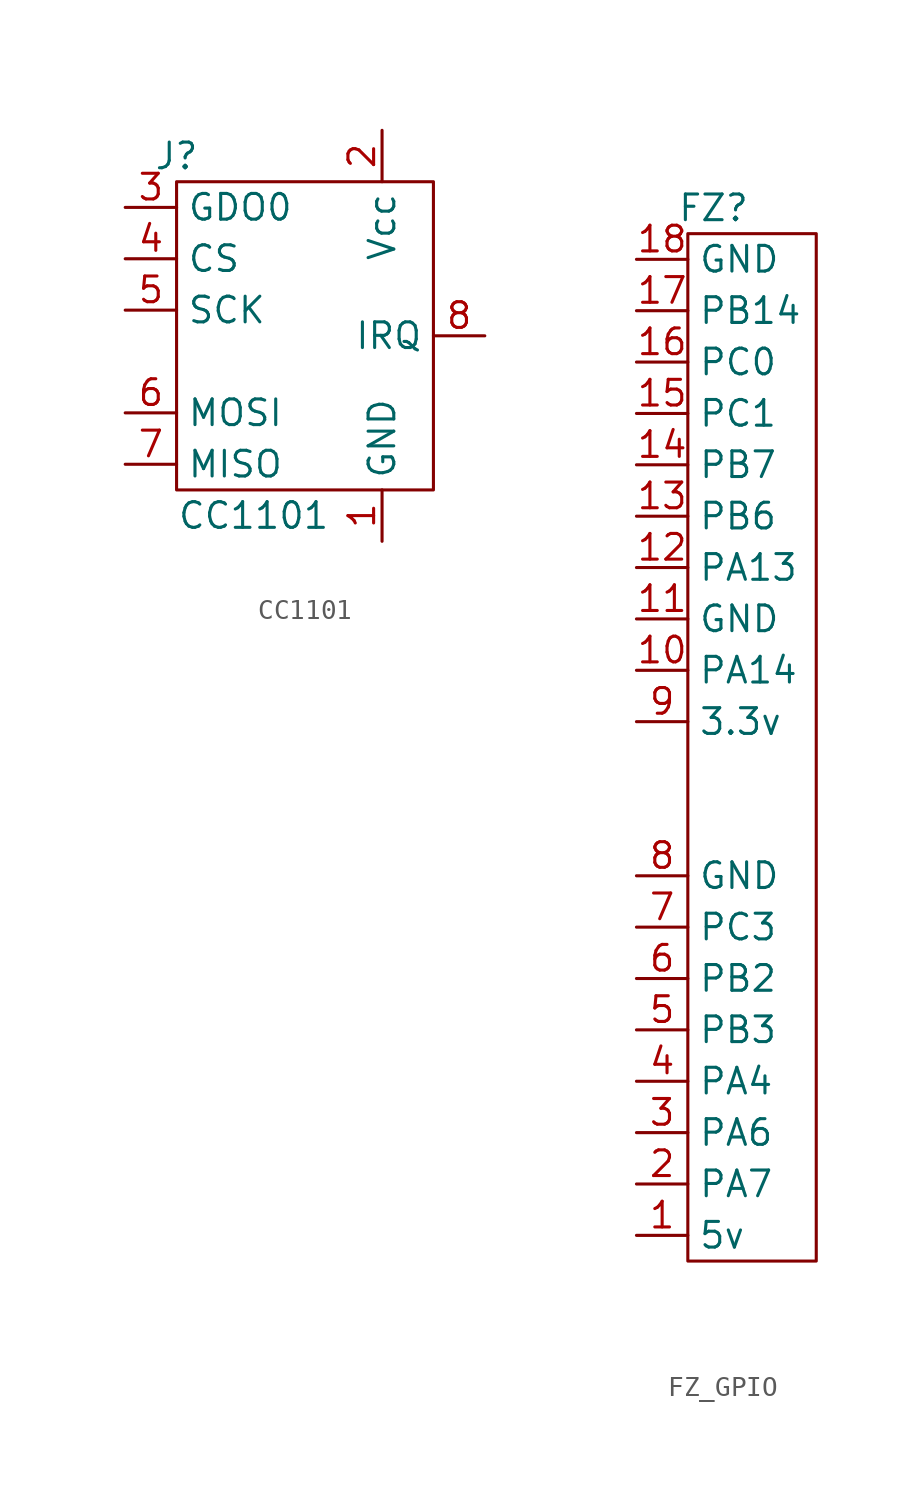
<source format=kicad_sym>
(kicad_symbol_lib
  (version 20220914)
  (generator kicad_symbol_editor)
  (symbol "CC1101"
    (property "Reference" "J"
      (at -6.35 8.89 0)
      (effects (font (size 1.27 1.27))))
    (property "Value" "CC1101"
      (at -2.54 -8.89 0)
      (effects (font (size 1.27 1.27))))
    (symbol "CC1101_0_1"
      (rectangle (start -6.35 7.62) (end 6.35 -7.62) (stroke (width 0) (type default)) (fill (type none))))
    (symbol "CC1101_1_1"
      (pin output line (at 3.81 -10.16 90) (length 2.54) (name "GND" (effects (font (size 1.27 1.27)))) (number "1" (effects (font (size 1.27 1.27)))))
      (pin input line (at 3.81 10.16 270) (length 2.54) (name "Vcc" (effects (font (size 1.27 1.27)))) (number "2" (effects (font (size 1.27 1.27)))))
      (pin input line (at -8.89 6.35 0) (length 2.54) (name "GDO0" (effects (font (size 1.27 1.27)))) (number "3" (effects (font (size 1.27 1.27)))))
      (pin input line (at -8.89 3.81 0) (length 2.54) (name "CS" (effects (font (size 1.27 1.27)))) (number "4" (effects (font (size 1.27 1.27)))))
      (pin input line (at -8.89 1.27 0) (length 2.54) (name "SCK" (effects (font (size 1.27 1.27)))) (number "5" (effects (font (size 1.27 1.27)))))
      (pin input line (at -8.89 -3.81 0) (length 2.54) (name "MOSI" (effects (font (size 1.27 1.27)))) (number "6" (effects (font (size 1.27 1.27)))))
      (pin output line (at -8.89 -6.35 0) (length 2.54) (name "MISO" (effects (font (size 1.27 1.27)))) (number "7" (effects (font (size 1.27 1.27)))))
      (pin output line (at 8.89 0 180) (length 2.54) (name "IRQ" (effects (font (size 1.27 1.27)))) (number "8" (effects (font (size 1.27 1.27)))))))
  (symbol "FZ_GPIO"
    (property "Reference" "FZ"
      (at 1.27 29.21 0)
      (effects (font (size 1.27 1.27))))
    (property "Value" ""
      (at 0 0 0)
      (effects (font (size 1.27 1.27))))
    (symbol "FZ_GPIO_0_1"
      (rectangle (start 0 27.94) (end 6.35 -22.86) (stroke (width 0) (type default)) (fill (type none))))
    (symbol "FZ_GPIO_1_1"
      (pin output line (at -2.54 -21.59 0) (length 2.54) (name "5v" (effects (font (size 1.27 1.27)))) (number "1" (effects (font (size 1.27 1.27)))))
      (pin bidirectional line (at -2.54 6.35 0) (length 2.54) (name "PA14" (effects (font (size 1.27 1.27)))) (number "10" (effects (font (size 1.27 1.27)))))
      (pin bidirectional line (at -2.54 8.89 0) (length 2.54) (name "GND" (effects (font (size 1.27 1.27)))) (number "11" (effects (font (size 1.27 1.27)))))
      (pin bidirectional line (at -2.54 11.43 0) (length 2.54) (name "PA13" (effects (font (size 1.27 1.27)))) (number "12" (effects (font (size 1.27 1.27)))))
      (pin bidirectional line (at -2.54 13.97 0) (length 2.54) (name "PB6" (effects (font (size 1.27 1.27)))) (number "13" (effects (font (size 1.27 1.27)))))
      (pin bidirectional line (at -2.54 16.51 0) (length 2.54) (name "PB7" (effects (font (size 1.27 1.27)))) (number "14" (effects (font (size 1.27 1.27)))))
      (pin bidirectional line (at -2.54 19.05 0) (length 2.54) (name "PC1" (effects (font (size 1.27 1.27)))) (number "15" (effects (font (size 1.27 1.27)))))
      (pin bidirectional line (at -2.54 21.59 0) (length 2.54) (name "PC0" (effects (font (size 1.27 1.27)))) (number "16" (effects (font (size 1.27 1.27)))))
      (pin bidirectional line (at -2.54 24.13 0) (length 2.54) (name "PB14" (effects (font (size 1.27 1.27)))) (number "17" (effects (font (size 1.27 1.27)))))
      (pin bidirectional line (at -2.54 26.67 0) (length 2.54) (name "GND" (effects (font (size 1.27 1.27)))) (number "18" (effects (font (size 1.27 1.27)))))
      (pin bidirectional line (at -2.54 -19.05 0) (length 2.54) (name "PA7" (effects (font (size 1.27 1.27)))) (number "2" (effects (font (size 1.27 1.27)))))
      (pin bidirectional line (at -2.54 -16.51 0) (length 2.54) (name "PA6" (effects (font (size 1.27 1.27)))) (number "3" (effects (font (size 1.27 1.27)))))
      (pin bidirectional line (at -2.54 -13.97 0) (length 2.54) (name "PA4" (effects (font (size 1.27 1.27)))) (number "4" (effects (font (size 1.27 1.27)))))
      (pin bidirectional line (at -2.54 -11.43 0) (length 2.54) (name "PB3" (effects (font (size 1.27 1.27)))) (number "5" (effects (font (size 1.27 1.27)))))
      (pin bidirectional line (at -2.54 -8.89 0) (length 2.54) (name "PB2" (effects (font (size 1.27 1.27)))) (number "6" (effects (font (size 1.27 1.27)))))
      (pin bidirectional line (at -2.54 -6.35 0) (length 2.54) (name "PC3" (effects (font (size 1.27 1.27)))) (number "7" (effects (font (size 1.27 1.27)))))
      (pin bidirectional line (at -2.54 -3.81 0) (length 2.54) (name "GND" (effects (font (size 1.27 1.27)))) (number "8" (effects (font (size 1.27 1.27)))))
      (pin output line (at -2.54 3.81 0) (length 2.54) (name "3.3v" (effects (font (size 1.27 1.27)))) (number "9" (effects (font (size 1.27 1.27))))))))
</source>
